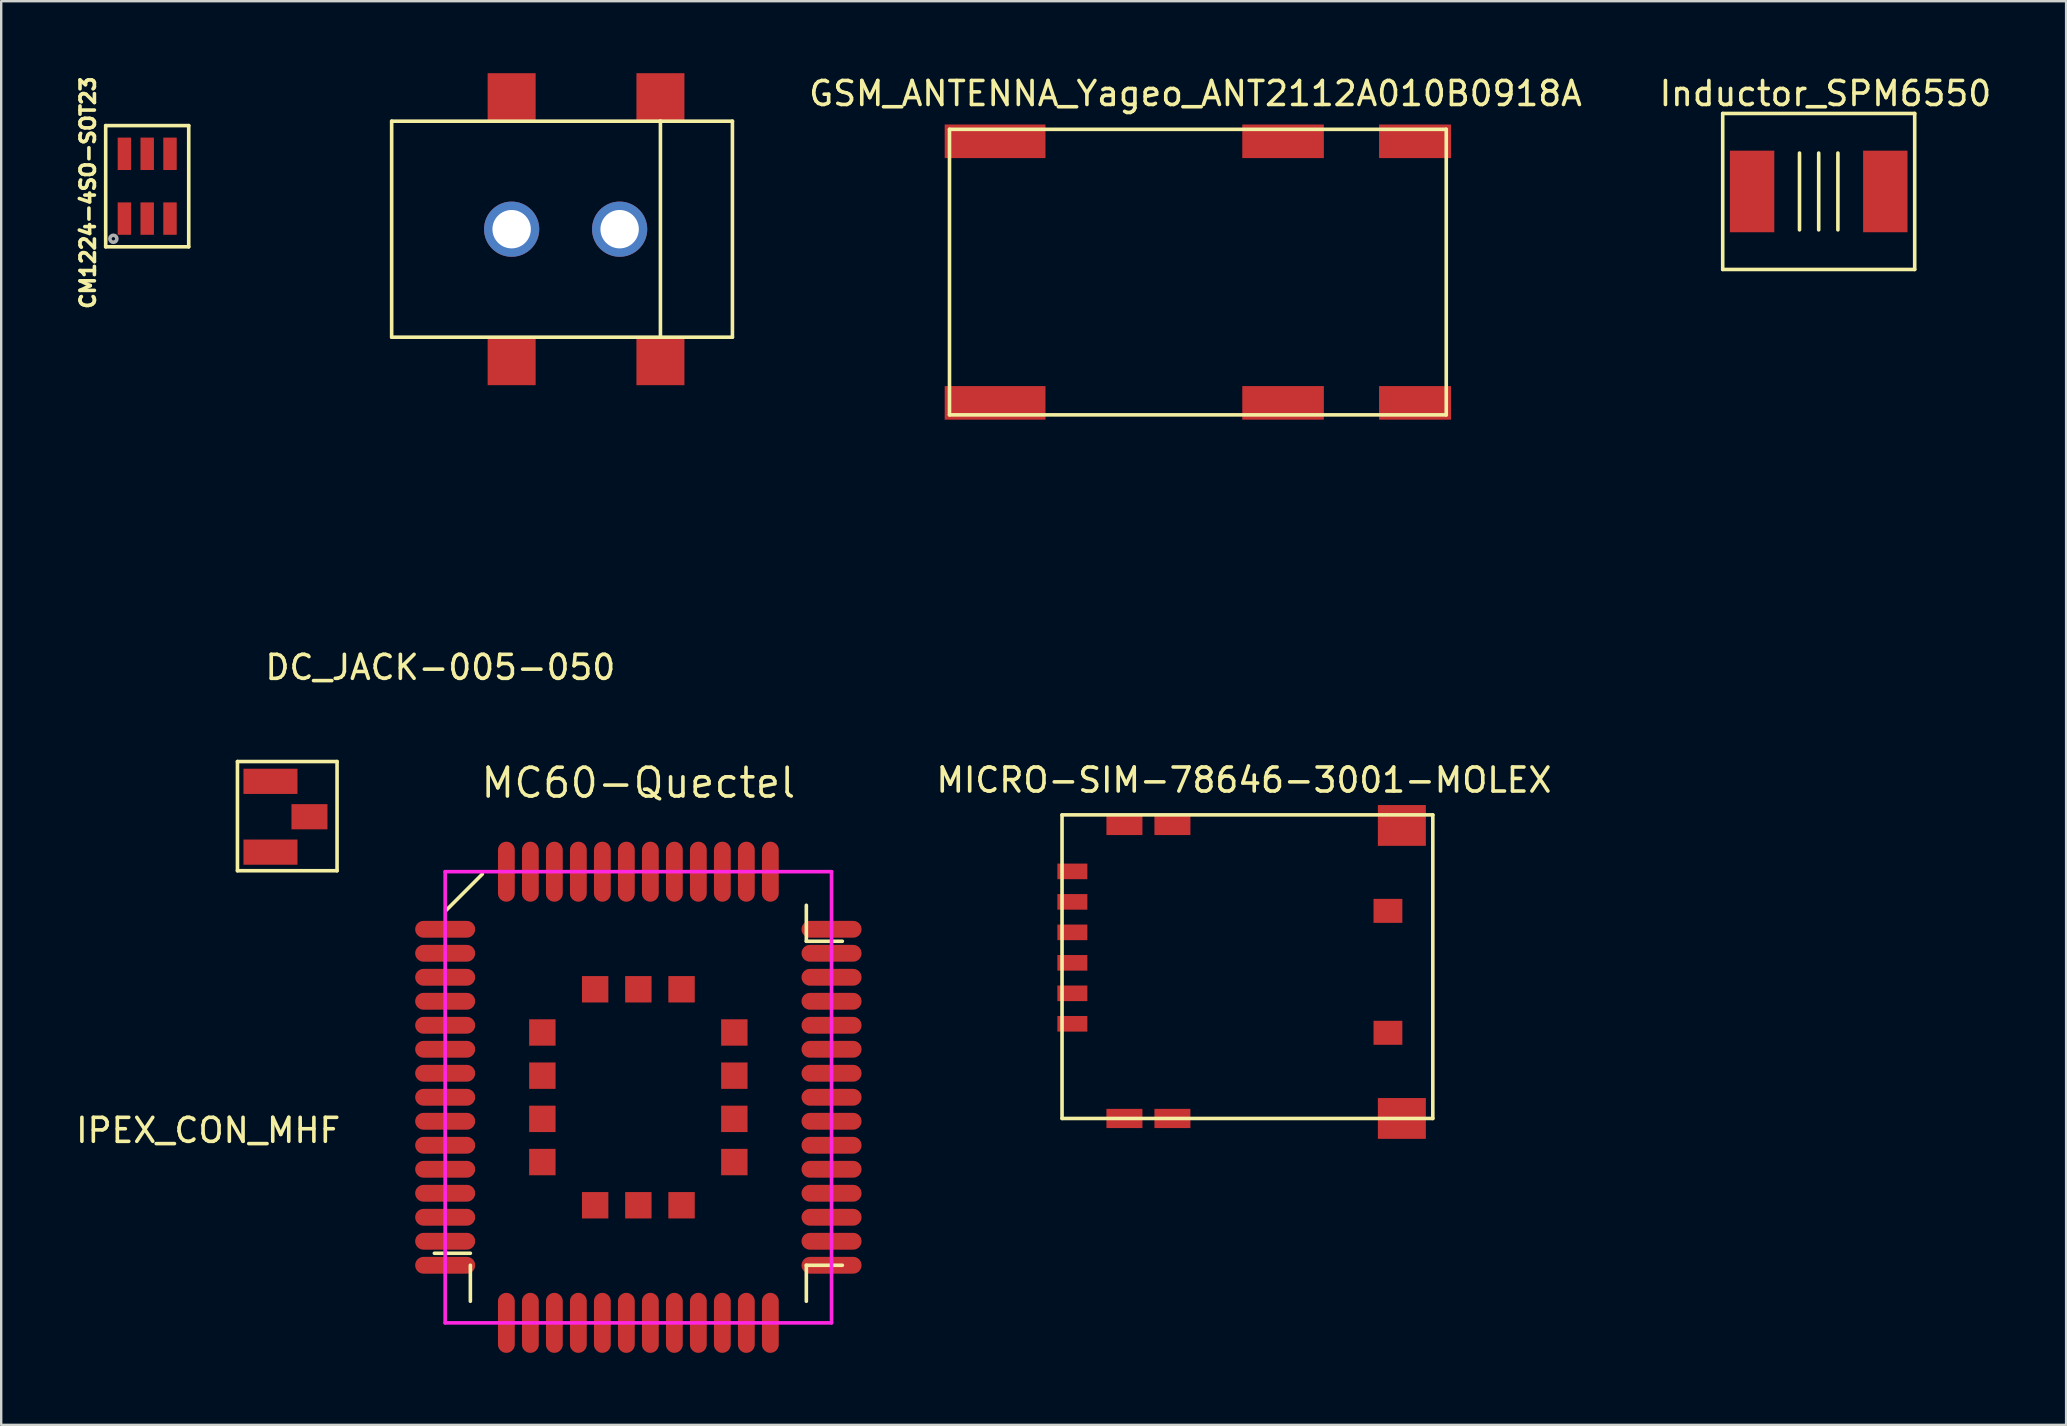
<source format=kicad_pcb>
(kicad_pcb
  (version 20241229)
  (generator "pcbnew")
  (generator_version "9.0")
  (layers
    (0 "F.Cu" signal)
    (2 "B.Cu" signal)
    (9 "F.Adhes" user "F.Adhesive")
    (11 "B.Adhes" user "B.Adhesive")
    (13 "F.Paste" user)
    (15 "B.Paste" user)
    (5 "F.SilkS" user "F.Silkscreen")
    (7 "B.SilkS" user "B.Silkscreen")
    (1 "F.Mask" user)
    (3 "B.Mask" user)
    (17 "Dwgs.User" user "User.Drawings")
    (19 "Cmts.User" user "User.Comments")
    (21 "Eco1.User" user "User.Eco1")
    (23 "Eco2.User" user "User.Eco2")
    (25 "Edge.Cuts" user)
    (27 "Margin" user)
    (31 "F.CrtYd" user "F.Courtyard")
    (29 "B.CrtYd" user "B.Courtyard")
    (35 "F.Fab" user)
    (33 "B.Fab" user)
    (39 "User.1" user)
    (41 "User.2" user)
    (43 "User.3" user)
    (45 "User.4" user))
  (footprint "GSM_ANTENNA_Yageo_ANT2112A010B0918A"
    (layer "F.Cu")
    (at 36.515 14.238)
    (property "Reference" "GSM_ANTENNA_Yageo_ANT2112A010B0918A" (at 10.25 -13.39 0) (layer "F.SilkS") (effects (font (size 1 1) (thickness 0.15))))
    (attr through_hole)
    (fp_line (start 0 -11.9) (end 20.7 -11.9) (stroke (width 0.15) (type solid)) (layer "F.SilkS"))
    (fp_line (start 0 0) (end 0 -11.9) (stroke (width 0.15) (type solid)) (layer "F.SilkS"))
    (fp_line (start 0 0) (end 20.7 0) (stroke (width 0.15) (type solid)) (layer "F.SilkS"))
    (fp_line (start 20.7 -11.9) (end 20.7 0) (stroke (width 0.15) (type solid)) (layer "F.SilkS"))
    (pad "1" smd rect (at 13.9 -0.5) (size 3.4 1.4) (layers "F.Cu" "F.Mask" "F.Paste"))
    (pad "S1" smd rect (at 19.4 -11.4) (size 3 1.4) (layers "F.Cu" "F.Mask" "F.Paste"))
    (pad "S1" smd rect (at 19.4 -0.5) (size 3 1.4) (layers "F.Cu" "F.Mask" "F.Paste"))
    (pad "S2" smd rect (at 1.9 -11.4) (size 4.2 1.4) (layers "F.Cu" "F.Mask" "F.Paste"))
    (pad "S2" smd rect (at 1.9 -0.5) (size 4.2 1.4) (layers "F.Cu" "F.Mask" "F.Paste"))
    (pad "S3" smd rect (at 13.9 -11.4) (size 3.4 1.4) (layers "F.Cu" "F.Mask" "F.Paste")))
  (footprint "IPEX_CON_MHF"
    (layer "F.Cu")
    (at 9.345 30.983)
    (property "Reference" "IPEX_CON_MHF" (at -3.72 13.07 0) (layer "F.SilkS") (effects (font (size 1 1) (thickness 0.15))))
    (attr through_hole)
    (fp_line (start -2.5 -2.3) (end 1.65 -2.3) (stroke (width 0.15) (type solid)) (layer "F.SilkS"))
    (fp_line (start -2.5 2.25) (end -2.5 -2.3) (stroke (width 0.15) (type solid)) (layer "F.SilkS"))
    (fp_line (start 1.65 -2.3) (end 1.65 2.25) (stroke (width 0.15) (type solid)) (layer "F.SilkS"))
    (fp_line (start 1.65 2.25) (end -2.5 2.25) (stroke (width 0.15) (type solid)) (layer "F.SilkS"))
    (pad "1" smd rect (at 0.5 0) (size 1.5 1.05) (layers "F.Cu" "F.Mask" "F.Paste"))
    (pad "2" smd rect (at -1.125 -1.475) (size 2.25 1.05) (layers "F.Cu" "F.Mask" "F.Paste"))
    (pad "3" smd rect (at -1.125 1.475) (size 2.25 1.05) (layers "F.Cu" "F.Mask" "F.Paste")))
  (footprint "Inductor_SPM6550"
    (layer "F.Cu")
    (at 72.735 4.928)
    (property "Reference" "Inductor_SPM6550" (at 0.28 -4.08 0) (layer "F.SilkS") (effects (font (size 1 1) (thickness 0.15))))
    (attr through_hole)
    (fp_line (start -4 -3.25) (end -4 3.25) (stroke (width 0.15) (type solid)) (layer "F.SilkS"))
    (fp_line (start -4 -3.25) (end 4 -3.25) (stroke (width 0.15) (type solid)) (layer "F.SilkS"))
    (fp_line (start -0.8 -1.6) (end -0.8 1.6) (stroke (width 0.15) (type solid)) (layer "F.SilkS"))
    (fp_line (start 0 -1.6) (end 0 1.6) (stroke (width 0.15) (type solid)) (layer "F.SilkS"))
    (fp_line (start 0.8 -1.6) (end 0.8 1.6) (stroke (width 0.15) (type solid)) (layer "F.SilkS"))
    (fp_line (start 4 -3.25) (end 4 3.25) (stroke (width 0.15) (type solid)) (layer "F.SilkS"))
    (fp_line (start 4 3.25) (end -4 3.25) (stroke (width 0.15) (type solid)) (layer "F.SilkS"))
    (pad "1" smd rect (at -2.775 0) (size 1.85 3.4) (layers "F.Cu" "F.Mask" "F.Paste"))
    (pad "2" smd rect (at 2.775 0) (size 1.85 3.4) (layers "F.Cu" "F.Mask" "F.Paste")))
  (footprint "MICRO-SIM-78646-3001-MOLEX"
    (layer "F.Cu")
    (at 55.365 43.556)
    (property "Reference" "MICRO-SIM-78646-3001-MOLEX" (at -6.58 -14.1 0) (layer "F.SilkS") (effects (font (size 1 1) (thickness 0.15))))
    (attr through_hole)
    (fp_line (start -14.16 -12.65) (end 1.29 -12.65) (stroke (width 0.15) (type solid)) (layer "F.SilkS"))
    (fp_line (start -14.16 0) (end -14.16 -12.65) (stroke (width 0.15) (type solid)) (layer "F.SilkS"))
    (fp_line (start 1.29 -12.65) (end 1.29 0) (stroke (width 0.15) (type solid)) (layer "F.SilkS"))
    (fp_line (start 1.29 0) (end -14.16 0) (stroke (width 0.15) (type solid)) (layer "F.SilkS"))
    (pad "" smd rect (at -0.58 -8.65) (size 1.2 1) (layers "F.Cu" "F.Mask" "F.Paste"))
    (pad "" smd rect (at -0.58 -3.57) (size 1.2 1) (layers "F.Cu" "F.Mask" "F.Paste"))
    (pad "1" smd rect (at -13.73 -10.295) (size 1.25 0.65) (layers "F.Cu" "F.Mask" "F.Paste"))
    (pad "2" smd rect (at -13.73 -9.025) (size 1.25 0.65) (layers "F.Cu" "F.Mask" "F.Paste"))
    (pad "3" smd rect (at -13.73 -7.755) (size 1.25 0.65) (layers "F.Cu" "F.Mask" "F.Paste"))
    (pad "4" smd rect (at -13.73 -6.485) (size 1.25 0.65) (layers "F.Cu" "F.Mask" "F.Paste"))
    (pad "5" smd rect (at -13.73 -5.215) (size 1.25 0.65) (layers "F.Cu" "F.Mask" "F.Paste"))
    (pad "6" smd rect (at -13.73 -3.945) (size 1.25 0.65) (layers "F.Cu" "F.Mask" "F.Paste"))
    (pad "GND" smd rect (at -11.56 -12.21) (size 1.5 0.8) (layers "F.Cu" "F.Mask" "F.Paste"))
    (pad "GND" smd rect (at -11.56 0) (size 1.5 0.8) (layers "F.Cu" "F.Mask" "F.Paste"))
    (pad "GND" smd rect (at -9.56 -12.21) (size 1.5 0.8) (layers "F.Cu" "F.Mask" "F.Paste"))
    (pad "GND" smd rect (at -9.56 0) (size 1.5 0.8) (layers "F.Cu" "F.Mask" "F.Paste"))
    (pad "GND" smd rect (at 0 -12.21) (size 2 1.7) (layers "F.Cu" "F.Mask" "F.Paste"))
    (pad "GND" smd rect (at 0 0) (size 2 1.7) (layers "F.Cu" "F.Mask" "F.Paste")))
  (footprint "CM1224-4SO-SOT23"
    (layer "F.Cu")
    (at 3.084 4.709)
    (property "Reference" "CM1224-4SO-SOT23" (at -2.47 0.27 90) (layer "F.SilkS") (effects (font (size 0.6 0.6) (thickness 0.15))))
    (attr through_hole)
    (fp_line (start -1.73 -2.525) (end -1.73 2.525) (stroke (width 0.15) (type solid)) (layer "F.SilkS"))
    (fp_line (start -1.73 2.525) (end 1.73 2.525) (stroke (width 0.15) (type solid)) (layer "F.SilkS"))
    (fp_line (start 1.73 -2.525) (end -1.73 -2.525) (stroke (width 0.15) (type solid)) (layer "F.SilkS"))
    (fp_line (start 1.73 2.525) (end 1.73 -2.525) (stroke (width 0.15) (type solid)) (layer "F.SilkS"))
    (fp_circle (center -1.41 2.19) (end -1.34 2.18) (stroke (width 0.15) (type solid)) (fill no) (layer "F.Fab"))
    (pad "1" smd rect (at -0.95 1.35) (size 0.56 1.35) (layers "F.Cu" "F.Mask" "F.Paste"))
    (pad "2" smd rect (at 0 1.35) (size 0.56 1.35) (layers "F.Cu" "F.Mask" "F.Paste"))
    (pad "3" smd rect (at 0.95 1.35) (size 0.56 1.35) (layers "F.Cu" "F.Mask" "F.Paste"))
    (pad "4" smd rect (at 0.95 -1.35) (size 0.56 1.35) (layers "F.Cu" "F.Mask" "F.Paste"))
    (pad "5" smd rect (at 0 -1.35) (size 0.56 1.35) (layers "F.Cu" "F.Mask" "F.Paste"))
    (pad "6" smd rect (at -0.95 -1.35) (size 0.56 1.35) (layers "F.Cu" "F.Mask" "F.Paste")))
  (footprint "MC60-Quectel"
    (layer "F.Cu")
    (at 23.55 42.673)
    (property "Reference" "MC60-Quectel" (at 0 -13.1 0) (layer "F.SilkS") (effects (font (size 1.2 1.2) (thickness 0.15))))
    (attr through_hole)
    (fp_line (start -8.5 6.5) (end -7 6.5) (stroke (width 0.15) (type solid)) (layer "F.SilkS"))
    (fp_line (start -7 7) (end -7 8.5) (stroke (width 0.15) (type solid)) (layer "F.SilkS"))
    (fp_line (start -6.5 -9.3) (end -8 -7.8) (stroke (width 0.15) (type solid)) (layer "F.SilkS"))
    (fp_line (start 7 -6.5) (end 7 -8) (stroke (width 0.15) (type solid)) (layer "F.SilkS"))
    (fp_line (start 7 7) (end 7 8.5) (stroke (width 0.15) (type solid)) (layer "F.SilkS"))
    (fp_line (start 8.5 -6.5) (end 7 -6.5) (stroke (width 0.15) (type solid)) (layer "F.SilkS"))
    (fp_line (start 8.5 7) (end 7 7) (stroke (width 0.15) (type solid)) (layer "F.SilkS"))
    (fp_line (start -8.05 -9.4) (end 8.05 -9.4) (stroke (width 0.15) (type solid)) (layer "F.CrtYd"))
    (fp_line (start -8.05 9.4) (end -8.05 -9.4) (stroke (width 0.15) (type solid)) (layer "F.CrtYd"))
    (fp_line (start 8.05 -9.4) (end 8.05 9.4) (stroke (width 0.15) (type solid)) (layer "F.CrtYd"))
    (fp_line (start 8.05 9.4) (end -8.05 9.4) (stroke (width 0.15) (type solid)) (layer "F.CrtYd"))
    (pad "" smd rect (at -1.8 -4.5) (size 1.1 1.1) (layers "F.Cu" "F.Mask" "F.Paste"))
    (pad "" smd rect (at 0 -4.5) (size 1.1 1.1) (layers "F.Cu" "F.Mask" "F.Paste"))
    (pad "" smd rect (at 1.8 -4.5) (size 1.1 1.1) (layers "F.Cu" "F.Mask" "F.Paste"))
    (pad "" smd rect (at 4 -2.7) (size 1.1 1.1) (layers "F.Cu" "F.Mask" "F.Paste"))
    (pad "1" smd oval (at -8.05 -7 90) (size 0.7 2.5) (layers "F.Cu" "F.Mask" "F.Paste"))
    (pad "2" smd oval (at -8.05 -6 90) (size 0.7 2.5) (layers "F.Cu" "F.Mask" "F.Paste"))
    (pad "3" smd oval (at -8.05 -5 90) (size 0.7 2.5) (layers "F.Cu" "F.Mask" "F.Paste"))
    (pad "4" smd oval (at -8.05 -4 90) (size 0.7 2.5) (layers "F.Cu" "F.Mask" "F.Paste"))
    (pad "5" smd oval (at -8.05 -3 90) (size 0.7 2.5) (layers "F.Cu" "F.Mask" "F.Paste"))
    (pad "6" smd oval (at -8.05 -2 90) (size 0.7 2.5) (layers "F.Cu" "F.Mask" "F.Paste"))
    (pad "7" smd oval (at -8.05 -1 90) (size 0.7 2.5) (layers "F.Cu" "F.Mask" "F.Paste"))
    (pad "8" smd oval (at -8.05 0 90) (size 0.7 2.5) (layers "F.Cu" "F.Mask" "F.Paste"))
    (pad "9" smd oval (at -8.05 1 90) (size 0.7 2.5) (layers "F.Cu" "F.Mask" "F.Paste"))
    (pad "10" smd oval (at -8.05 2 90) (size 0.7 2.5) (layers "F.Cu" "F.Mask" "F.Paste"))
    (pad "11" smd oval (at -8.05 3 90) (size 0.7 2.5) (layers "F.Cu" "F.Mask" "F.Paste"))
    (pad "12" smd oval (at -8.05 4 90) (size 0.7 2.5) (layers "F.Cu" "F.Mask" "F.Paste"))
    (pad "13" smd oval (at -8.05 5 90) (size 0.7 2.5) (layers "F.Cu" "F.Mask" "F.Paste"))
    (pad "14" smd oval (at -8.05 6 90) (size 0.7 2.5) (layers "F.Cu" "F.Mask" "F.Paste"))
    (pad "15" smd oval (at -8.05 7 90) (size 0.7 2.5) (layers "F.Cu" "F.Mask" "F.Paste"))
    (pad "16" smd oval (at -5.5 9.4) (size 0.7 2.5) (layers "F.Cu" "F.Mask" "F.Paste"))
    (pad "17" smd oval (at -4.5 9.4) (size 0.7 2.5) (layers "F.Cu" "F.Mask" "F.Paste"))
    (pad "18" smd oval (at -3.5 9.4) (size 0.7 2.5) (layers "F.Cu" "F.Mask" "F.Paste"))
    (pad "19" smd oval (at -2.5 9.4) (size 0.7 2.5) (layers "F.Cu" "F.Mask" "F.Paste"))
    (pad "20" smd oval (at -1.5 9.4) (size 0.7 2.5) (layers "F.Cu" "F.Mask" "F.Paste"))
    (pad "21" smd oval (at -0.5 9.4) (size 0.7 2.5) (layers "F.Cu" "F.Mask" "F.Paste"))
    (pad "22" smd oval (at 0.5 9.4) (size 0.7 2.5) (layers "F.Cu" "F.Mask" "F.Paste"))
    (pad "23" smd oval (at 1.5 9.4) (size 0.7 2.5) (layers "F.Cu" "F.Mask" "F.Paste"))
    (pad "24" smd oval (at 2.5 9.4) (size 0.7 2.5) (layers "F.Cu" "F.Mask" "F.Paste"))
    (pad "25" smd oval (at 3.5 9.4) (size 0.7 2.5) (layers "F.Cu" "F.Mask" "F.Paste"))
    (pad "26" smd oval (at 4.5 9.4) (size 0.7 2.5) (layers "F.Cu" "F.Mask" "F.Paste"))
    (pad "27" smd oval (at 5.5 9.4) (size 0.7 2.5) (layers "F.Cu" "F.Mask" "F.Paste"))
    (pad "28" smd oval (at 8.05 7 90) (size 0.7 2.5) (layers "F.Cu" "F.Mask" "F.Paste"))
    (pad "29" smd oval (at 8.05 6 90) (size 0.7 2.5) (layers "F.Cu" "F.Mask" "F.Paste"))
    (pad "30" smd oval (at 8.05 5 90) (size 0.7 2.5) (layers "F.Cu" "F.Mask" "F.Paste"))
    (pad "31" smd oval (at 8.05 4 90) (size 0.7 2.5) (layers "F.Cu" "F.Mask" "F.Paste"))
    (pad "32" smd oval (at 8.05 3 90) (size 0.7 2.5) (layers "F.Cu" "F.Mask" "F.Paste"))
    (pad "33" smd oval (at 8.05 2 90) (size 0.7 2.5) (layers "F.Cu" "F.Mask" "F.Paste"))
    (pad "34" smd oval (at 8.05 1 90) (size 0.7 2.5) (layers "F.Cu" "F.Mask" "F.Paste"))
    (pad "35" smd oval (at 8.05 0 90) (size 0.7 2.5) (layers "F.Cu" "F.Mask" "F.Paste"))
    (pad "36" smd oval (at 8.05 -1 90) (size 0.7 2.5) (layers "F.Cu" "F.Mask" "F.Paste"))
    (pad "37" smd oval (at 8.05 -2 90) (size 0.7 2.5) (layers "F.Cu" "F.Mask" "F.Paste"))
    (pad "38" smd oval (at 8.05 -3 90) (size 0.7 2.5) (layers "F.Cu" "F.Mask" "F.Paste"))
    (pad "39" smd oval (at 8.05 -4 90) (size 0.7 2.5) (layers "F.Cu" "F.Mask" "F.Paste"))
    (pad "40" smd oval (at 8.05 -5 90) (size 0.7 2.5) (layers "F.Cu" "F.Mask" "F.Paste"))
    (pad "41" smd oval (at 8.05 -6 90) (size 0.7 2.5) (layers "F.Cu" "F.Mask" "F.Paste"))
    (pad "42" smd oval (at 8.05 -7 90) (size 0.7 2.5) (layers "F.Cu" "F.Mask" "F.Paste"))
    (pad "43" smd oval (at 5.5 -9.4) (size 0.7 2.5) (layers "F.Cu" "F.Mask" "F.Paste"))
    (pad "44" smd oval (at 4.5 -9.4) (size 0.7 2.5) (layers "F.Cu" "F.Mask" "F.Paste"))
    (pad "45" smd oval (at 3.5 -9.4) (size 0.7 2.5) (layers "F.Cu" "F.Mask" "F.Paste"))
    (pad "46" smd oval (at 2.5 -9.4) (size 0.7 2.5) (layers "F.Cu" "F.Mask" "F.Paste"))
    (pad "47" smd oval (at 1.5 -9.4) (size 0.7 2.5) (layers "F.Cu" "F.Mask" "F.Paste"))
    (pad "48" smd oval (at 0.5 -9.4) (size 0.7 2.5) (layers "F.Cu" "F.Mask" "F.Paste"))
    (pad "49" smd oval (at -0.5 -9.4) (size 0.7 2.5) (layers "F.Cu" "F.Mask" "F.Paste"))
    (pad "50" smd oval (at -1.5 -9.4) (size 0.7 2.5) (layers "F.Cu" "F.Mask" "F.Paste"))
    (pad "51" smd oval (at -2.5 -9.4) (size 0.7 2.5) (layers "F.Cu" "F.Mask" "F.Paste"))
    (pad "52" smd oval (at -3.5 -9.4) (size 0.7 2.5) (layers "F.Cu" "F.Mask" "F.Paste"))
    (pad "53" smd oval (at -4.5 -9.4) (size 0.7 2.5) (layers "F.Cu" "F.Mask" "F.Paste"))
    (pad "54" smd oval (at -5.5 -9.4) (size 0.7 2.5) (layers "F.Cu" "F.Mask" "F.Paste"))
    (pad "55" smd rect (at -4 -2.7 90) (size 1.1 1.1) (layers "F.Cu" "F.Mask" "F.Paste"))
    (pad "56" smd rect (at -4 -0.9 90) (size 1.1 1.1) (layers "F.Cu" "F.Mask" "F.Paste"))
    (pad "57" smd rect (at -4 0.9) (size 1.1 1.1) (layers "F.Cu" "F.Mask" "F.Paste"))
    (pad "58" smd rect (at -4 2.7) (size 1.1 1.1) (layers "F.Cu" "F.Mask" "F.Paste"))
    (pad "59" smd rect (at -1.8 4.5) (size 1.1 1.1) (layers "F.Cu" "F.Mask" "F.Paste"))
    (pad "60" smd rect (at 0 4.5 90) (size 1.1 1.1) (layers "F.Cu" "F.Mask" "F.Paste"))
    (pad "61" smd rect (at 1.8 4.5 90) (size 1.1 1.1) (layers "F.Cu" "F.Mask" "F.Paste"))
    (pad "62" smd rect (at 4 2.7) (size 1.1 1.1) (layers "F.Cu" "F.Mask" "F.Paste"))
    (pad "63" smd rect (at 4 0.9) (size 1.1 1.1) (layers "F.Cu" "F.Mask" "F.Paste"))
    (pad "64" smd rect (at 4 -0.9) (size 1.1 1.1) (layers "F.Cu" "F.Mask" "F.Paste")))
  (footprint "DC_JACK-005-050"
    (layer "F.Cu")
    (at 24.47 12)
    (property "Reference" "DC_JACK-005-050" (at -9.17 12.76 0) (layer "F.SilkS") (effects (font (size 1 1) (thickness 0.15))))
    (attr through_hole)
    (fp_line (start -11.2 -10) (end -11.2 -1) (stroke (width 0.15) (type solid)) (layer "F.SilkS"))
    (fp_line (start -11.2 -10) (end 0 -10) (stroke (width 0.15) (type solid)) (layer "F.SilkS"))
    (fp_line (start 0 -10) (end 0 -1) (stroke (width 0.15) (type solid)) (layer "F.SilkS"))
    (fp_line (start 0 -1) (end -11.2 -1) (stroke (width 0.15) (type solid)) (layer "F.SilkS"))
    (fp_line (start 0 -1) (end 3 -1) (stroke (width 0.15) (type solid)) (layer "F.SilkS"))
    (fp_line (start 3 -10) (end 0 -10) (stroke (width 0.15) (type solid)) (layer "F.SilkS"))
    (fp_line (start 3 -10) (end 3 -1) (stroke (width 0.15) (type solid)) (layer "F.SilkS"))
    (pad "" thru_hole circle (at -6.2 -5.5) (size 2.3 2.3) (drill 1.6) (layers "*.Cu" "*.Mask"))
    (pad "" thru_hole circle (at -1.7 -5.5) (size 2.3 2.3) (drill 1.6) (layers "*.Cu" "*.Mask"))
    (pad "2" smd rect (at -6.2 0) (size 2 2) (layers "F.Cu" "F.Mask" "F.Paste"))
    (pad "3" smd rect (at 0 0) (size 2 2) (layers "F.Cu" "F.Mask" "F.Paste"))
    (pad "5" smd rect (at -6.2 -11) (size 2 2) (layers "F.Cu" "F.Mask" "F.Paste"))
    (pad "5" smd rect (at 0 -11) (size 2 2) (layers "F.Cu" "F.Mask" "F.Paste")))
  (gr_rect
    (start -3 -3)
    (end 83.045 56.324)
    (stroke (width 0.1) (type default))
    (fill no)
    (layer "Edge.Cuts")))
</source>
